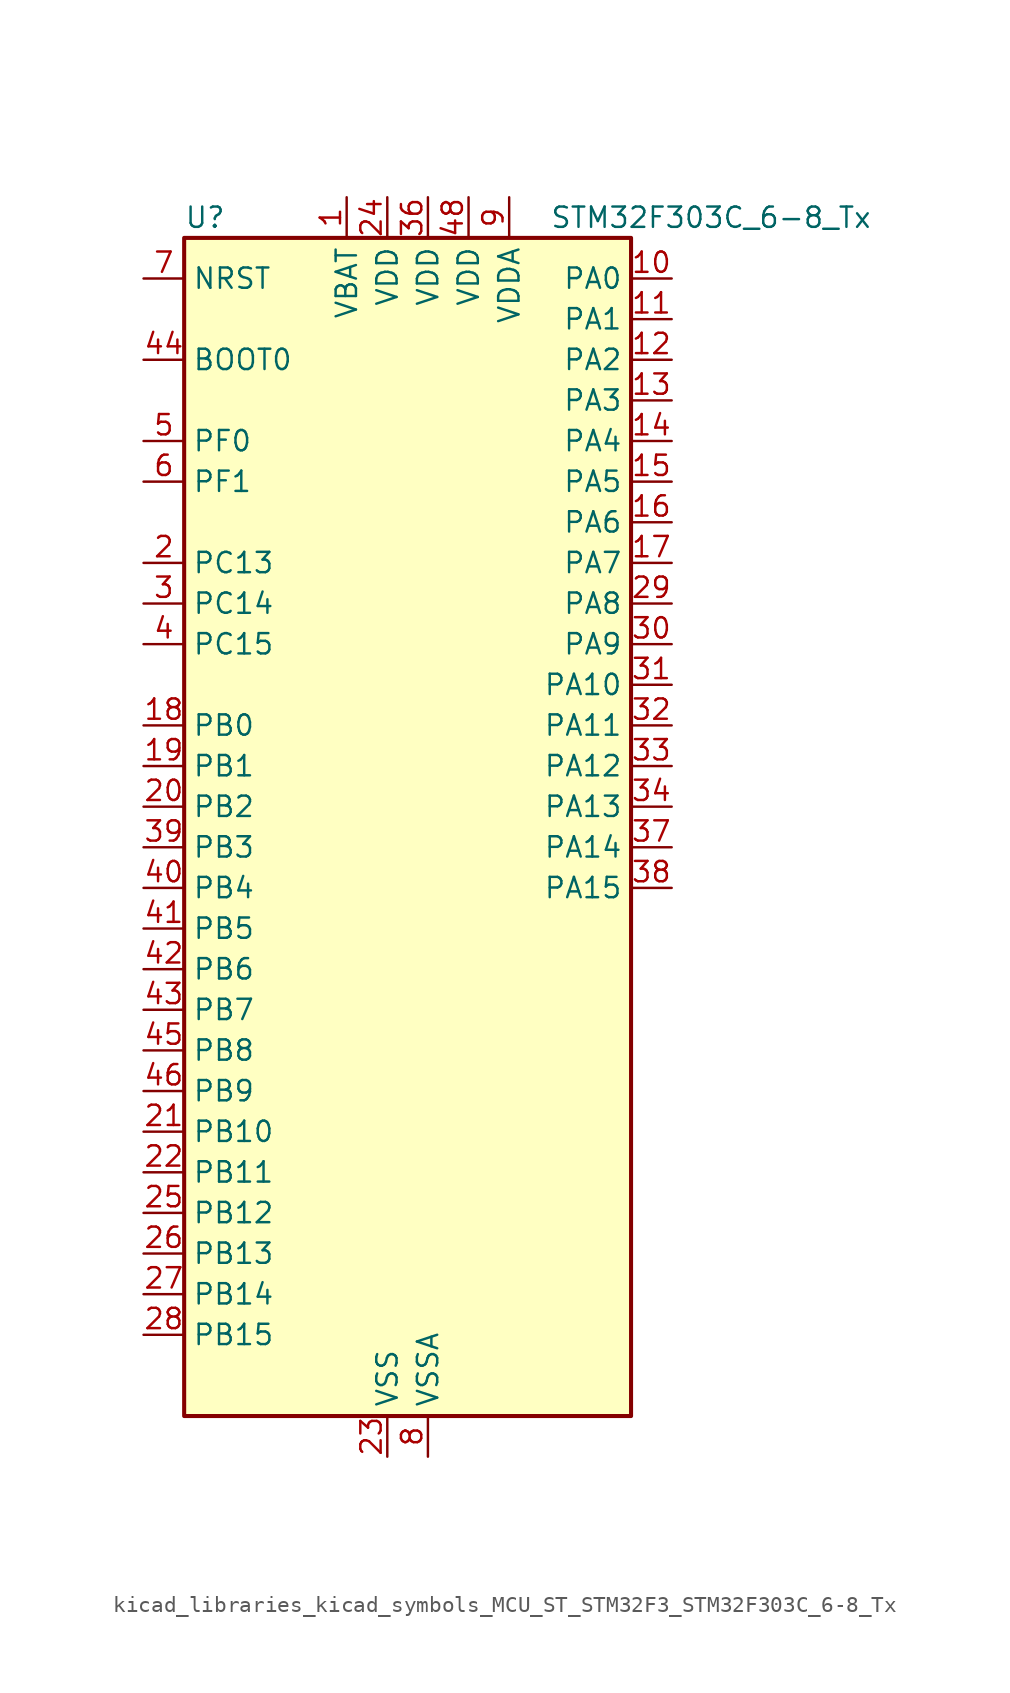
<source format=kicad_sym>
(kicad_symbol_lib
  (version 20220914)
  (generator kicad_symbol_editor)
  (symbol "kicad_libraries_kicad_symbols_MCU_ST_STM32F3_STM32F303C_6-8_Tx"
    (property "Reference" "U"
      (at -12.7 39.37 0)
      (effects (font (size 1.27 1.27)) (justify left)))
    (property "Value" "STM32F303C_6-8_Tx"
      (at 10.16 39.37 0)
      (effects (font (size 1.27 1.27)) (justify left)))
    (property "ki_locked" ""
      (at 0 0 0)
      (effects (font (size 1.27 1.27))))
    (symbol "kicad_libraries_kicad_symbols_MCU_ST_STM32F3_STM32F303C_6-8_Tx_0_1"
      (rectangle (start -12.7 -35.56) (end 15.24 38.1) (stroke (width 0.254) (type default)) (fill (type background))))
    (symbol "kicad_libraries_kicad_symbols_MCU_ST_STM32F3_STM32F303C_6-8_Tx_1_1"
      (pin power_in line (at -2.54 40.64 270) (length 2.54) (name "VBAT" (effects (font (size 1.27 1.27)))) (number "1" (effects (font (size 1.27 1.27)))))
      (pin bidirectional line (at 17.78 35.56 180) (length 2.54) (name "PA0" (effects (font (size 1.27 1.27)))) (number "10" (effects (font (size 1.27 1.27)))) (alternate "ADC1_IN1" bidirectional line) (alternate "RTC_TAMP2" bidirectional line) (alternate "SYS_WKUP1" bidirectional line) (alternate "TIM2_CH1" bidirectional line) (alternate "TIM2_ETR" bidirectional line) (alternate "TSC_G1_IO1" bidirectional line) (alternate "USART2_CTS" bidirectional line))
      (pin bidirectional line (at 17.78 33.02 180) (length 2.54) (name "PA1" (effects (font (size 1.27 1.27)))) (number "11" (effects (font (size 1.27 1.27)))) (alternate "ADC1_IN2" bidirectional line) (alternate "RTC_REFIN" bidirectional line) (alternate "TIM15_CH1N" bidirectional line) (alternate "TIM2_CH2" bidirectional line) (alternate "TSC_G1_IO2" bidirectional line) (alternate "USART2_DE" bidirectional line) (alternate "USART2_RTS" bidirectional line))
      (pin bidirectional line (at 17.78 30.48 180) (length 2.54) (name "PA2" (effects (font (size 1.27 1.27)))) (number "12" (effects (font (size 1.27 1.27)))) (alternate "ADC1_IN3" bidirectional line) (alternate "COMP2_INM" bidirectional line) (alternate "COMP2_OUT" bidirectional line) (alternate "TIM15_CH1" bidirectional line) (alternate "TIM2_CH3" bidirectional line) (alternate "TSC_G1_IO3" bidirectional line) (alternate "USART2_TX" bidirectional line))
      (pin bidirectional line (at 17.78 27.94 180) (length 2.54) (name "PA3" (effects (font (size 1.27 1.27)))) (number "13" (effects (font (size 1.27 1.27)))) (alternate "ADC1_IN4" bidirectional line) (alternate "TIM15_CH2" bidirectional line) (alternate "TIM2_CH4" bidirectional line) (alternate "TSC_G1_IO4" bidirectional line) (alternate "USART2_RX" bidirectional line))
      (pin bidirectional line (at 17.78 25.4 180) (length 2.54) (name "PA4" (effects (font (size 1.27 1.27)))) (number "14" (effects (font (size 1.27 1.27)))) (alternate "ADC2_IN1" bidirectional line) (alternate "COMP2_INM" bidirectional line) (alternate "COMP4_INM" bidirectional line) (alternate "COMP6_INM" bidirectional line) (alternate "DAC1_OUT1" bidirectional line) (alternate "SPI1_NSS" bidirectional line) (alternate "TIM3_CH2" bidirectional line) (alternate "TSC_G2_IO1" bidirectional line) (alternate "USART2_CK" bidirectional line))
      (pin bidirectional line (at 17.78 22.86 180) (length 2.54) (name "PA5" (effects (font (size 1.27 1.27)))) (number "15" (effects (font (size 1.27 1.27)))) (alternate "ADC2_IN2" bidirectional line) (alternate "DAC1_OUT2" bidirectional line) (alternate "OPAMP2_VINM" bidirectional line) (alternate "OPAMP2_VINM_SEC" bidirectional line) (alternate "SPI1_SCK" bidirectional line) (alternate "TIM2_CH1" bidirectional line) (alternate "TIM2_ETR" bidirectional line) (alternate "TSC_G2_IO2" bidirectional line))
      (pin bidirectional line (at 17.78 20.32 180) (length 2.54) (name "PA6" (effects (font (size 1.27 1.27)))) (number "16" (effects (font (size 1.27 1.27)))) (alternate "ADC2_IN3" bidirectional line) (alternate "DAC2_OUT1" bidirectional line) (alternate "OPAMP2_VOUT" bidirectional line) (alternate "SPI1_MISO" bidirectional line) (alternate "TIM16_CH1" bidirectional line) (alternate "TIM1_BKIN" bidirectional line) (alternate "TIM3_CH1" bidirectional line) (alternate "TSC_G2_IO3" bidirectional line))
      (pin bidirectional line (at 17.78 17.78 180) (length 2.54) (name "PA7" (effects (font (size 1.27 1.27)))) (number "17" (effects (font (size 1.27 1.27)))) (alternate "ADC2_IN4" bidirectional line) (alternate "COMP2_INP" bidirectional line) (alternate "OPAMP2_VINP" bidirectional line) (alternate "OPAMP2_VINP_SEC" bidirectional line) (alternate "SPI1_MOSI" bidirectional line) (alternate "TIM17_CH1" bidirectional line) (alternate "TIM1_CH1N" bidirectional line) (alternate "TIM3_CH2" bidirectional line) (alternate "TSC_G2_IO4" bidirectional line))
      (pin bidirectional line (at -15.24 7.62 0) (length 2.54) (name "PB0" (effects (font (size 1.27 1.27)))) (number "18" (effects (font (size 1.27 1.27)))) (alternate "ADC1_IN11" bidirectional line) (alternate "COMP4_INP" bidirectional line) (alternate "OPAMP2_VINP" bidirectional line) (alternate "OPAMP2_VINP_SEC" bidirectional line) (alternate "TIM1_CH2N" bidirectional line) (alternate "TIM3_CH3" bidirectional line) (alternate "TSC_G3_IO2" bidirectional line))
      (pin bidirectional line (at -15.24 5.08 0) (length 2.54) (name "PB1" (effects (font (size 1.27 1.27)))) (number "19" (effects (font (size 1.27 1.27)))) (alternate "ADC1_IN12" bidirectional line) (alternate "COMP4_OUT" bidirectional line) (alternate "TIM1_CH3N" bidirectional line) (alternate "TIM3_CH4" bidirectional line) (alternate "TSC_G3_IO3" bidirectional line))
      (pin bidirectional line (at -15.24 17.78 0) (length 2.54) (name "PC13" (effects (font (size 1.27 1.27)))) (number "2" (effects (font (size 1.27 1.27)))) (alternate "RTC_OUT_ALARM" bidirectional line) (alternate "RTC_OUT_CALIB" bidirectional line) (alternate "RTC_TAMP1" bidirectional line) (alternate "RTC_TS" bidirectional line) (alternate "SYS_WKUP2" bidirectional line) (alternate "TIM1_CH1N" bidirectional line))
      (pin bidirectional line (at -15.24 2.54 0) (length 2.54) (name "PB2" (effects (font (size 1.27 1.27)))) (number "20" (effects (font (size 1.27 1.27)))) (alternate "ADC2_IN12" bidirectional line) (alternate "COMP4_INM" bidirectional line) (alternate "TSC_G3_IO4" bidirectional line))
      (pin bidirectional line (at -15.24 -17.78 0) (length 2.54) (name "PB10" (effects (font (size 1.27 1.27)))) (number "21" (effects (font (size 1.27 1.27)))) (alternate "TIM2_CH3" bidirectional line) (alternate "TSC_SYNC" bidirectional line) (alternate "USART3_TX" bidirectional line))
      (pin bidirectional line (at -15.24 -20.32 0) (length 2.54) (name "PB11" (effects (font (size 1.27 1.27)))) (number "22" (effects (font (size 1.27 1.27)))) (alternate "COMP6_INP" bidirectional line) (alternate "TIM2_CH4" bidirectional line) (alternate "TSC_G6_IO1" bidirectional line) (alternate "USART3_RX" bidirectional line))
      (pin power_in line (at 0 -38.1 90) (length 2.54) (name "VSS" (effects (font (size 1.27 1.27)))) (number "23" (effects (font (size 1.27 1.27)))))
      (pin power_in line (at 0 40.64 270) (length 2.54) (name "VDD" (effects (font (size 1.27 1.27)))) (number "24" (effects (font (size 1.27 1.27)))))
      (pin bidirectional line (at -15.24 -22.86 0) (length 2.54) (name "PB12" (effects (font (size 1.27 1.27)))) (number "25" (effects (font (size 1.27 1.27)))) (alternate "ADC2_IN13" bidirectional line) (alternate "TIM1_BKIN" bidirectional line) (alternate "TSC_G6_IO2" bidirectional line) (alternate "USART3_CK" bidirectional line))
      (pin bidirectional line (at -15.24 -25.4 0) (length 2.54) (name "PB13" (effects (font (size 1.27 1.27)))) (number "26" (effects (font (size 1.27 1.27)))) (alternate "ADC1_IN13" bidirectional line) (alternate "TIM1_CH1N" bidirectional line) (alternate "TSC_G6_IO3" bidirectional line) (alternate "USART3_CTS" bidirectional line))
      (pin bidirectional line (at -15.24 -27.94 0) (length 2.54) (name "PB14" (effects (font (size 1.27 1.27)))) (number "27" (effects (font (size 1.27 1.27)))) (alternate "ADC2_IN14" bidirectional line) (alternate "OPAMP2_VINP" bidirectional line) (alternate "OPAMP2_VINP_SEC" bidirectional line) (alternate "TIM15_CH1" bidirectional line) (alternate "TIM1_CH2N" bidirectional line) (alternate "TSC_G6_IO4" bidirectional line) (alternate "USART3_DE" bidirectional line) (alternate "USART3_RTS" bidirectional line))
      (pin bidirectional line (at -15.24 -30.48 0) (length 2.54) (name "PB15" (effects (font (size 1.27 1.27)))) (number "28" (effects (font (size 1.27 1.27)))) (alternate "ADC2_IN15" bidirectional line) (alternate "COMP6_INM" bidirectional line) (alternate "RTC_REFIN" bidirectional line) (alternate "TIM15_CH1N" bidirectional line) (alternate "TIM15_CH2" bidirectional line) (alternate "TIM1_CH3N" bidirectional line))
      (pin bidirectional line (at 17.78 15.24 180) (length 2.54) (name "PA8" (effects (font (size 1.27 1.27)))) (number "29" (effects (font (size 1.27 1.27)))) (alternate "RCC_MCO" bidirectional line) (alternate "TIM1_CH1" bidirectional line) (alternate "USART1_CK" bidirectional line))
      (pin bidirectional line (at -15.24 15.24 0) (length 2.54) (name "PC14" (effects (font (size 1.27 1.27)))) (number "3" (effects (font (size 1.27 1.27)))) (alternate "RCC_OSC32_IN" bidirectional line))
      (pin bidirectional line (at 17.78 12.7 180) (length 2.54) (name "PA9" (effects (font (size 1.27 1.27)))) (number "30" (effects (font (size 1.27 1.27)))) (alternate "DAC1_EXTI9" bidirectional line) (alternate "DAC2_EXTI9" bidirectional line) (alternate "TIM15_BKIN" bidirectional line) (alternate "TIM1_CH2" bidirectional line) (alternate "TIM2_CH3" bidirectional line) (alternate "TSC_G4_IO1" bidirectional line) (alternate "USART1_TX" bidirectional line))
      (pin bidirectional line (at 17.78 10.16 180) (length 2.54) (name "PA10" (effects (font (size 1.27 1.27)))) (number "31" (effects (font (size 1.27 1.27)))) (alternate "COMP6_OUT" bidirectional line) (alternate "TIM17_BKIN" bidirectional line) (alternate "TIM1_CH3" bidirectional line) (alternate "TIM2_CH4" bidirectional line) (alternate "TSC_G4_IO2" bidirectional line) (alternate "USART1_RX" bidirectional line))
      (pin bidirectional line (at 17.78 7.62 180) (length 2.54) (name "PA11" (effects (font (size 1.27 1.27)))) (number "32" (effects (font (size 1.27 1.27)))) (alternate "CAN_RX" bidirectional line) (alternate "TIM1_BKIN2" bidirectional line) (alternate "TIM1_CH1N" bidirectional line) (alternate "TIM1_CH4" bidirectional line) (alternate "USART1_CTS" bidirectional line))
      (pin bidirectional line (at 17.78 5.08 180) (length 2.54) (name "PA12" (effects (font (size 1.27 1.27)))) (number "33" (effects (font (size 1.27 1.27)))) (alternate "CAN_TX" bidirectional line) (alternate "COMP2_OUT" bidirectional line) (alternate "TIM16_CH1" bidirectional line) (alternate "TIM1_CH2N" bidirectional line) (alternate "TIM1_ETR" bidirectional line) (alternate "USART1_DE" bidirectional line) (alternate "USART1_RTS" bidirectional line))
      (pin bidirectional line (at 17.78 2.54 180) (length 2.54) (name "PA13" (effects (font (size 1.27 1.27)))) (number "34" (effects (font (size 1.27 1.27)))) (alternate "IR_OUT" bidirectional line) (alternate "SYS_JTMS-SWDIO" bidirectional line) (alternate "TIM16_CH1N" bidirectional line) (alternate "TSC_G4_IO3" bidirectional line) (alternate "USART3_CTS" bidirectional line))
      (pin passive line (at 0 -38.1 90) (length 2.54) hide (name "VSS" (effects (font (size 1.27 1.27)))) (number "35" (effects (font (size 1.27 1.27)))))
      (pin power_in line (at 2.54 40.64 270) (length 2.54) (name "VDD" (effects (font (size 1.27 1.27)))) (number "36" (effects (font (size 1.27 1.27)))))
      (pin bidirectional line (at 17.78 0 180) (length 2.54) (name "PA14" (effects (font (size 1.27 1.27)))) (number "37" (effects (font (size 1.27 1.27)))) (alternate "I2C1_SDA" bidirectional line) (alternate "SYS_JTCK-SWCLK" bidirectional line) (alternate "TIM1_BKIN" bidirectional line) (alternate "TSC_G4_IO4" bidirectional line) (alternate "USART2_TX" bidirectional line))
      (pin bidirectional line (at 17.78 -2.54 180) (length 2.54) (name "PA15" (effects (font (size 1.27 1.27)))) (number "38" (effects (font (size 1.27 1.27)))) (alternate "I2C1_SCL" bidirectional line) (alternate "SPI1_NSS" bidirectional line) (alternate "SYS_JTDI" bidirectional line) (alternate "TIM1_BKIN" bidirectional line) (alternate "TIM2_CH1" bidirectional line) (alternate "TIM2_ETR" bidirectional line) (alternate "TSC_SYNC" bidirectional line) (alternate "USART2_RX" bidirectional line))
      (pin bidirectional line (at -15.24 0 0) (length 2.54) (name "PB3" (effects (font (size 1.27 1.27)))) (number "39" (effects (font (size 1.27 1.27)))) (alternate "SPI1_SCK" bidirectional line) (alternate "SYS_JTDO-TRACESWO" bidirectional line) (alternate "TIM2_CH2" bidirectional line) (alternate "TIM3_ETR" bidirectional line) (alternate "TSC_G5_IO1" bidirectional line) (alternate "USART2_TX" bidirectional line))
      (pin bidirectional line (at -15.24 12.7 0) (length 2.54) (name "PC15" (effects (font (size 1.27 1.27)))) (number "4" (effects (font (size 1.27 1.27)))) (alternate "RCC_OSC32_OUT" bidirectional line))
      (pin bidirectional line (at -15.24 -2.54 0) (length 2.54) (name "PB4" (effects (font (size 1.27 1.27)))) (number "40" (effects (font (size 1.27 1.27)))) (alternate "SPI1_MISO" bidirectional line) (alternate "SYS_NJTRST" bidirectional line) (alternate "TIM16_CH1" bidirectional line) (alternate "TIM17_BKIN" bidirectional line) (alternate "TIM3_CH1" bidirectional line) (alternate "TSC_G5_IO2" bidirectional line) (alternate "USART2_RX" bidirectional line))
      (pin bidirectional line (at -15.24 -5.08 0) (length 2.54) (name "PB5" (effects (font (size 1.27 1.27)))) (number "41" (effects (font (size 1.27 1.27)))) (alternate "I2C1_SMBA" bidirectional line) (alternate "SPI1_MOSI" bidirectional line) (alternate "TIM16_BKIN" bidirectional line) (alternate "TIM17_CH1" bidirectional line) (alternate "TIM3_CH2" bidirectional line) (alternate "USART2_CK" bidirectional line))
      (pin bidirectional line (at -15.24 -7.62 0) (length 2.54) (name "PB6" (effects (font (size 1.27 1.27)))) (number "42" (effects (font (size 1.27 1.27)))) (alternate "I2C1_SCL" bidirectional line) (alternate "TIM16_CH1N" bidirectional line) (alternate "TSC_G5_IO3" bidirectional line) (alternate "USART1_TX" bidirectional line))
      (pin bidirectional line (at -15.24 -10.16 0) (length 2.54) (name "PB7" (effects (font (size 1.27 1.27)))) (number "43" (effects (font (size 1.27 1.27)))) (alternate "I2C1_SDA" bidirectional line) (alternate "TIM17_CH1N" bidirectional line) (alternate "TIM3_CH4" bidirectional line) (alternate "TSC_G5_IO4" bidirectional line) (alternate "USART1_RX" bidirectional line))
      (pin input line (at -15.24 30.48 0) (length 2.54) (name "BOOT0" (effects (font (size 1.27 1.27)))) (number "44" (effects (font (size 1.27 1.27)))))
      (pin bidirectional line (at -15.24 -12.7 0) (length 2.54) (name "PB8" (effects (font (size 1.27 1.27)))) (number "45" (effects (font (size 1.27 1.27)))) (alternate "CAN_RX" bidirectional line) (alternate "I2C1_SCL" bidirectional line) (alternate "TIM16_CH1" bidirectional line) (alternate "TIM1_BKIN" bidirectional line) (alternate "TSC_SYNC" bidirectional line) (alternate "USART3_RX" bidirectional line))
      (pin bidirectional line (at -15.24 -15.24 0) (length 2.54) (name "PB9" (effects (font (size 1.27 1.27)))) (number "46" (effects (font (size 1.27 1.27)))) (alternate "CAN_TX" bidirectional line) (alternate "COMP2_OUT" bidirectional line) (alternate "DAC1_EXTI9" bidirectional line) (alternate "DAC2_EXTI9" bidirectional line) (alternate "I2C1_SDA" bidirectional line) (alternate "IR_OUT" bidirectional line) (alternate "TIM17_CH1" bidirectional line) (alternate "USART3_TX" bidirectional line))
      (pin passive line (at 0 -38.1 90) (length 2.54) hide (name "VSS" (effects (font (size 1.27 1.27)))) (number "47" (effects (font (size 1.27 1.27)))))
      (pin power_in line (at 5.08 40.64 270) (length 2.54) (name "VDD" (effects (font (size 1.27 1.27)))) (number "48" (effects (font (size 1.27 1.27)))))
      (pin bidirectional line (at -15.24 25.4 0) (length 2.54) (name "PF0" (effects (font (size 1.27 1.27)))) (number "5" (effects (font (size 1.27 1.27)))) (alternate "RCC_OSC_IN" bidirectional line) (alternate "TIM1_CH3N" bidirectional line))
      (pin bidirectional line (at -15.24 22.86 0) (length 2.54) (name "PF1" (effects (font (size 1.27 1.27)))) (number "6" (effects (font (size 1.27 1.27)))) (alternate "RCC_OSC_OUT" bidirectional line))
      (pin input line (at -15.24 35.56 0) (length 2.54) (name "NRST" (effects (font (size 1.27 1.27)))) (number "7" (effects (font (size 1.27 1.27)))))
      (pin power_in line (at 2.54 -38.1 90) (length 2.54) (name "VSSA" (effects (font (size 1.27 1.27)))) (number "8" (effects (font (size 1.27 1.27)))))
      (pin power_in line (at 7.62 40.64 270) (length 2.54) (name "VDDA" (effects (font (size 1.27 1.27)))) (number "9" (effects (font (size 1.27 1.27))))))))
</source>
